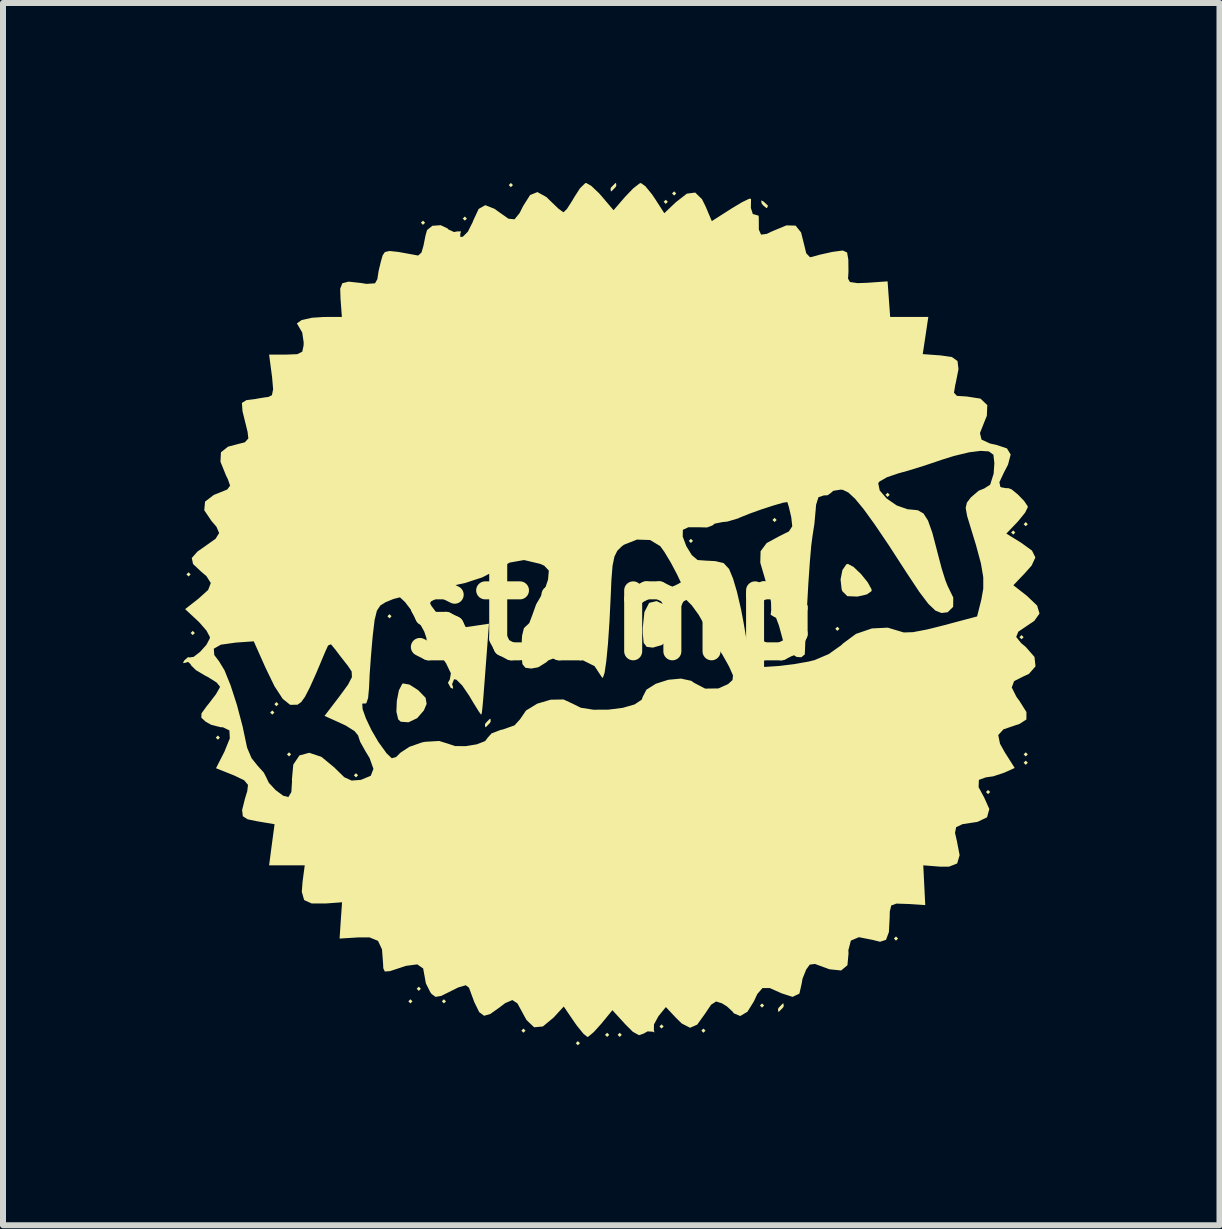
<source format=kicad_pcb>
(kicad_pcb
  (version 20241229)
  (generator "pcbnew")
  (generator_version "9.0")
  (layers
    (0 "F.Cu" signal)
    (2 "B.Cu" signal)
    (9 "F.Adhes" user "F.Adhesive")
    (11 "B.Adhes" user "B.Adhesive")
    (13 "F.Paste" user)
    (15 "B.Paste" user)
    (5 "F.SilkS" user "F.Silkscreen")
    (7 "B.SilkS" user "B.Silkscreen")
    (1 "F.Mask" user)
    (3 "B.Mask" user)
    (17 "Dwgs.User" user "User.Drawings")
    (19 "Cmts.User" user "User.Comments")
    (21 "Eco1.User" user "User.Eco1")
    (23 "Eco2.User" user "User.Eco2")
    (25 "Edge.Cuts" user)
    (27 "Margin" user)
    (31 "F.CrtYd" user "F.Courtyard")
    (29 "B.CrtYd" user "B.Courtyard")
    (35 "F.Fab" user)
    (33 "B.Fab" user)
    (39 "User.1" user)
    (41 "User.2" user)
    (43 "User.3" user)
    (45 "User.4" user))
  (footprint "stamp"
    (layer "F.Cu")
    (at 7.106 7.118)
    (property "Reference" "stamp" (at 0 0 0) (layer "F.SilkS") (effects (font (size 1.524 1.524) (thickness 0.3))))
    (attr board_only exclude_from_pos_files exclude_from_bom)
    (fp_poly (pts (xy -6.978 -0.593) (xy -7.013 -0.558) (xy -7.048 -0.593) (xy -7.013 -0.628)) (stroke (width 0) (type solid)) (fill yes) (layer "F.SilkS"))
    (fp_poly (pts (xy -6.908 0.384) (xy -6.943 0.419) (xy -6.978 0.384) (xy -6.943 0.349)) (stroke (width 0) (type solid)) (fill yes) (layer "F.SilkS"))
    (fp_poly (pts (xy -6.49 2.128) (xy -6.524 2.163) (xy -6.559 2.128) (xy -6.524 2.093)) (stroke (width 0) (type solid)) (fill yes) (layer "F.SilkS"))
    (fp_poly (pts (xy -5.582 1.71) (xy -5.617 1.745) (xy -5.652 1.71) (xy -5.617 1.675)) (stroke (width 0) (type solid)) (fill yes) (layer "F.SilkS"))
    (fp_poly (pts (xy -5.513 1.57) (xy -5.548 1.605) (xy -5.582 1.57) (xy -5.548 1.535)) (stroke (width 0) (type solid)) (fill yes) (layer "F.SilkS"))
    (fp_poly (pts (xy -5.303 2.407) (xy -5.338 2.442) (xy -5.373 2.407) (xy -5.338 2.373)) (stroke (width 0) (type solid)) (fill yes) (layer "F.SilkS"))
    (fp_poly (pts (xy -4.187 2.756) (xy -4.222 2.791) (xy -4.257 2.756) (xy -4.222 2.721)) (stroke (width 0) (type solid)) (fill yes) (layer "F.SilkS"))
    (fp_poly (pts (xy -3.629 0.105) (xy -3.663 0.14) (xy -3.698 0.105) (xy -3.663 0.07)) (stroke (width 0) (type solid)) (fill yes) (layer "F.SilkS"))
    (fp_poly (pts (xy -3.28 6.524) (xy -3.315 6.559) (xy -3.349 6.524) (xy -3.315 6.49)) (stroke (width 0) (type solid)) (fill yes) (layer "F.SilkS"))
    (fp_poly (pts (xy -3.14 6.315) (xy -3.175 6.35) (xy -3.21 6.315) (xy -3.175 6.28)) (stroke (width 0) (type solid)) (fill yes) (layer "F.SilkS"))
    (fp_poly (pts (xy -3.07 -6.455) (xy -3.105 -6.42) (xy -3.14 -6.455) (xy -3.105 -6.49)) (stroke (width 0) (type solid)) (fill yes) (layer "F.SilkS"))
    (fp_poly (pts (xy -2.721 6.524) (xy -2.756 6.559) (xy -2.791 6.524) (xy -2.756 6.49)) (stroke (width 0) (type solid)) (fill yes) (layer "F.SilkS"))
    (fp_poly (pts (xy -2.373 -6.524) (xy -2.407 -6.49) (xy -2.442 -6.524) (xy -2.407 -6.559)) (stroke (width 0) (type solid)) (fill yes) (layer "F.SilkS"))
    (fp_poly (pts (xy -1.605 -7.083) (xy -1.64 -7.048) (xy -1.675 -7.083) (xy -1.64 -7.118)) (stroke (width 0) (type solid)) (fill yes) (layer "F.SilkS"))
    (fp_poly (pts (xy -1.396 7.013) (xy -1.43 7.048) (xy -1.465 7.013) (xy -1.43 6.978)) (stroke (width 0) (type solid)) (fill yes) (layer "F.SilkS"))
    (fp_poly (pts (xy -0.488 7.222) (xy -0.523 7.257) (xy -0.558 7.222) (xy -0.523 7.187)) (stroke (width 0) (type solid)) (fill yes) (layer "F.SilkS"))
    (fp_poly (pts (xy 0 7.083) (xy -0.035 7.118) (xy -0.07 7.083) (xy -0.035 7.048)) (stroke (width 0) (type solid)) (fill yes) (layer "F.SilkS"))
    (fp_poly (pts (xy 0.209 7.083) (xy 0.174 7.118) (xy 0.14 7.083) (xy 0.174 7.048)) (stroke (width 0) (type solid)) (fill yes) (layer "F.SilkS"))
    (fp_poly (pts (xy 0.907 6.943) (xy 0.872 6.978) (xy 0.837 6.943) (xy 0.872 6.908)) (stroke (width 0) (type solid)) (fill yes) (layer "F.SilkS"))
    (fp_poly (pts (xy 0.977 -6.804) (xy 0.942 -6.769) (xy 0.907 -6.804) (xy 0.942 -6.838)) (stroke (width 0) (type solid)) (fill yes) (layer "F.SilkS"))
    (fp_poly (pts (xy 1.116 -6.943) (xy 1.082 -6.908) (xy 1.047 -6.943) (xy 1.082 -6.978)) (stroke (width 0) (type solid)) (fill yes) (layer "F.SilkS"))
    (fp_poly (pts (xy 1.396 -1.151) (xy 1.361 -1.116) (xy 1.326 -1.151) (xy 1.361 -1.186)) (stroke (width 0) (type solid)) (fill yes) (layer "F.SilkS"))
    (fp_poly (pts (xy 1.605 7.013) (xy 1.57 7.048) (xy 1.535 7.013) (xy 1.57 6.978)) (stroke (width 0) (type solid)) (fill yes) (layer "F.SilkS"))
    (fp_poly (pts (xy 2.582 6.594) (xy 2.547 6.629) (xy 2.512 6.594) (xy 2.547 6.559)) (stroke (width 0) (type solid)) (fill yes) (layer "F.SilkS"))
    (fp_poly (pts (xy 2.791 -1.5) (xy 2.756 -1.465) (xy 2.721 -1.5) (xy 2.756 -1.535)) (stroke (width 0) (type solid)) (fill yes) (layer "F.SilkS"))
    (fp_poly (pts (xy 3.838 0.314) (xy 3.803 0.349) (xy 3.768 0.314) (xy 3.803 0.279)) (stroke (width 0) (type solid)) (fill yes) (layer "F.SilkS"))
    (fp_poly (pts (xy 4.675 -1.919) (xy 4.64 -1.884) (xy 4.605 -1.919) (xy 4.64 -1.954)) (stroke (width 0) (type solid)) (fill yes) (layer "F.SilkS"))
    (fp_poly (pts (xy 4.815 5.478) (xy 4.78 5.513) (xy 4.745 5.478) (xy 4.78 5.443)) (stroke (width 0) (type solid)) (fill yes) (layer "F.SilkS"))
    (fp_poly (pts (xy 6.35 3.035) (xy 6.315 3.07) (xy 6.28 3.035) (xy 6.315 3.001)) (stroke (width 0) (type solid)) (fill yes) (layer "F.SilkS"))
    (fp_poly (pts (xy 6.769 -1.291) (xy 6.734 -1.256) (xy 6.699 -1.291) (xy 6.734 -1.326)) (stroke (width 0) (type solid)) (fill yes) (layer "F.SilkS"))
    (fp_poly (pts (xy 6.908 0.454) (xy 6.873 0.488) (xy 6.838 0.454) (xy 6.873 0.419)) (stroke (width 0) (type solid)) (fill yes) (layer "F.SilkS"))
    (fp_poly (pts (xy 6.978 -1.43) (xy 6.943 -1.396) (xy 6.908 -1.43) (xy 6.943 -1.465)) (stroke (width 0) (type solid)) (fill yes) (layer "F.SilkS"))
    (fp_poly (pts (xy 6.978 2.407) (xy 6.943 2.442) (xy 6.908 2.407) (xy 6.943 2.373)) (stroke (width 0) (type solid)) (fill yes) (layer "F.SilkS"))
    (fp_poly (pts (xy 6.978 2.547) (xy 6.943 2.582) (xy 6.908 2.547) (xy 6.943 2.512)) (stroke (width 0) (type solid)) (fill yes) (layer "F.SilkS"))
    (fp_poly (pts (xy 2.571 -6.81) (xy 2.646 -6.74) (xy 2.631 -6.7) (xy 2.621 -6.699) (xy 2.562 -6.748) (xy 2.54 -6.779) (xy 2.532 -6.827)) (stroke (width 0) (type solid)) (fill yes) (layer "F.SilkS"))
    (fp_poly (pts (xy -1.976 1.859) (xy -1.989 1.884) (xy -2.054 1.951) (xy -2.067 1.954) (xy -2.072 1.909) (xy -2.059 1.884) (xy -1.993 1.817) (xy -1.98 1.814)) (stroke (width 0) (type solid)) (fill yes) (layer "F.SilkS"))
    (fp_poly (pts (xy 0.118 -7.073) (xy 0.105 -7.048) (xy 0.039 -6.981) (xy 0.027 -6.978) (xy 0.022 -7.023) (xy 0.035 -7.048) (xy 0.101 -7.114) (xy 0.113 -7.118)) (stroke (width 0) (type solid)) (fill yes) (layer "F.SilkS"))
    (fp_poly (pts (xy 2.909 6.604) (xy 2.896 6.629) (xy 2.83 6.696) (xy 2.818 6.699) (xy 2.813 6.654) (xy 2.826 6.629) (xy 2.892 6.562) (xy 2.904 6.559)) (stroke (width 0) (type solid)) (fill yes) (layer "F.SilkS"))
    (fp_poly (pts (xy 0.897 -0.097) (xy 1.083 0.075) (xy 1.133 0.246) (xy 1.053 0.429) (xy 1.04 0.446) (xy 0.878 0.584) (xy 0.728 0.628) (xy 0.624 0.615) (xy 0.574 0.549) (xy 0.559 0.395) (xy 0.558 0.309) (xy 0.586 0.036) (xy 0.665 -0.118) (xy 0.79 -0.148)) (stroke (width 0) (type solid)) (fill yes) (layer "F.SilkS"))
    (fp_poly (pts (xy -3.331 1.244) (xy -3.188 1.335) (xy -3.176 1.346) (xy -3.061 1.465) (xy -3.044 1.566) (xy -3.09 1.675) (xy -3.202 1.804) (xy -3.347 1.873) (xy -3.476 1.863) (xy -3.518 1.824) (xy -3.548 1.696) (xy -3.541 1.516) (xy -3.507 1.341) (xy -3.452 1.234) (xy -3.438 1.225)) (stroke (width 0) (type solid)) (fill yes) (layer "F.SilkS"))
    (fp_poly (pts (xy 4.072 -0.718) (xy 4.195 -0.601) (xy 4.308 -0.462) (xy 4.372 -0.346) (xy 4.374 -0.315) (xy 4.295 -0.259) (xy 4.138 -0.223) (xy 4.135 -0.223) (xy 3.969 -0.23) (xy 3.886 -0.312) (xy 3.874 -0.345) (xy 3.856 -0.508) (xy 3.887 -0.665) (xy 3.952 -0.76) (xy 3.979 -0.768)) (stroke (width 0) (type solid)) (fill yes) (layer "F.SilkS"))
    (fp_poly (pts (xy -0.3 -7.07) (xy -0.17 -6.947) (xy -0.121 -6.891) (xy 0.072 -6.664) (xy 0.268 -6.891) (xy 0.402 -7.03) (xy 0.506 -7.11) (xy 0.528 -7.117) (xy 0.603 -7.063) (xy 0.713 -6.928) (xy 0.756 -6.865) (xy 0.918 -6.614) (xy 1.109 -6.796) (xy 1.294 -6.94) (xy 1.433 -6.958) (xy 1.546 -6.848) (xy 1.605 -6.73) (xy 1.71 -6.482) (xy 2.04 -6.693) (xy 2.217 -6.799) (xy 2.334 -6.855) (xy 2.364 -6.854) (xy 2.361 -6.702) (xy 2.393 -6.601) (xy 2.434 -6.589) (xy 2.489 -6.573) (xy 2.493 -6.541) (xy 2.494 -6.34) (xy 2.531 -6.257) (xy 2.625 -6.269) (xy 2.718 -6.313) (xy 2.953 -6.411) (xy 3.107 -6.407) (xy 3.198 -6.293) (xy 3.238 -6.134) (xy 3.284 -5.946) (xy 3.347 -5.88) (xy 3.381 -5.886) (xy 3.514 -5.923) (xy 3.706 -5.966) (xy 3.728 -5.97) (xy 3.893 -5.992) (xy 3.965 -5.959) (xy 3.985 -5.843) (xy 3.986 -5.817) (xy 3.988 -5.637) (xy 3.981 -5.524) (xy 4.012 -5.467) (xy 4.14 -5.448) (xy 4.304 -5.454) (xy 4.64 -5.478) (xy 4.683 -4.885) (xy 5.319 -4.885) (xy 5.273 -4.575) (xy 5.226 -4.265) (xy 5.526 -4.243) (xy 5.713 -4.216) (xy 5.806 -4.149) (xy 5.822 -4.013) (xy 5.775 -3.777) (xy 5.768 -3.751) (xy 5.747 -3.621) (xy 5.796 -3.569) (xy 5.949 -3.559) (xy 5.956 -3.559) (xy 6.189 -3.523) (xy 6.302 -3.415) (xy 6.295 -3.237) (xy 6.253 -3.134) (xy 6.18 -2.949) (xy 6.206 -2.84) (xy 6.347 -2.775) (xy 6.457 -2.751) (xy 6.63 -2.693) (xy 6.692 -2.591) (xy 6.648 -2.423) (xy 6.577 -2.286) (xy 6.504 -2.13) (xy 6.519 -2.054) (xy 6.54 -2.043) (xy 6.632 -2.028) (xy 6.645 -2.033) (xy 6.707 -2.011) (xy 6.812 -1.925) (xy 6.917 -1.816) (xy 6.976 -1.728) (xy 6.978 -1.715) (xy 6.934 -1.624) (xy 6.824 -1.488) (xy 6.799 -1.46) (xy 6.62 -1.273) (xy 6.869 -1.119) (xy 7.047 -0.99) (xy 7.104 -0.876) (xy 7.042 -0.741) (xy 6.927 -0.611) (xy 6.737 -0.412) (xy 6.962 -0.236) (xy 7.133 -0.073) (xy 7.173 0.06) (xy 7.085 0.183) (xy 6.978 0.255) (xy 6.819 0.363) (xy 6.784 0.45) (xy 6.868 0.554) (xy 6.943 0.616) (xy 7.089 0.783) (xy 7.106 0.94) (xy 6.995 1.067) (xy 6.908 1.106) (xy 6.749 1.187) (xy 6.71 1.292) (xy 6.788 1.448) (xy 6.838 1.516) (xy 6.955 1.702) (xy 6.954 1.826) (xy 6.834 1.903) (xy 6.787 1.917) (xy 6.572 1.99) (xy 6.485 2.085) (xy 6.514 2.23) (xy 6.592 2.37) (xy 6.759 2.634) (xy 6.586 2.712) (xy 6.403 2.773) (xy 6.277 2.791) (xy 6.162 2.833) (xy 6.157 2.954) (xy 6.25 3.126) (xy 6.336 3.318) (xy 6.298 3.457) (xy 6.138 3.533) (xy 6.106 3.538) (xy 5.888 3.571) (xy 5.783 3.621) (xy 5.764 3.715) (xy 5.795 3.85) (xy 5.841 4.088) (xy 5.8 4.226) (xy 5.662 4.28) (xy 5.513 4.279) (xy 5.235 4.257) (xy 5.268 4.92) (xy 4.972 4.901) (xy 4.786 4.895) (xy 4.701 4.927) (xy 4.677 5.027) (xy 4.675 5.122) (xy 4.662 5.369) (xy 4.614 5.499) (xy 4.514 5.531) (xy 4.39 5.5) (xy 4.162 5.455) (xy 4.028 5.512) (xy 3.986 5.673) (xy 3.989 5.725) (xy 3.971 5.922) (xy 3.866 6.01) (xy 3.672 5.99) (xy 3.587 5.959) (xy 3.428 5.901) (xy 3.343 5.912) (xy 3.282 5.996) (xy 3.282 5.997) (xy 3.222 6.147) (xy 3.209 6.223) (xy 3.17 6.396) (xy 3.056 6.45) (xy 2.874 6.391) (xy 2.676 6.303) (xy 2.555 6.303) (xy 2.468 6.403) (xy 2.412 6.524) (xy 2.304 6.698) (xy 2.184 6.769) (xy 2.076 6.724) (xy 2.059 6.699) (xy 1.966 6.612) (xy 1.879 6.557) (xy 1.781 6.527) (xy 1.698 6.581) (xy 1.597 6.731) (xy 1.466 6.913) (xy 1.347 6.965) (xy 1.208 6.893) (xy 1.112 6.799) (xy 0.944 6.62) (xy 0.821 6.771) (xy 0.746 6.908) (xy 0.744 7.003) (xy 0.754 7.046) (xy 0.733 7.031) (xy 0.639 7.025) (xy 0.578 7.06) (xy 0.496 7.089) (xy 0.393 7.032) (xy 0.267 6.906) (xy 0.053 6.672) (xy -0.13 6.895) (xy -0.256 7.035) (xy -0.347 7.112) (xy -0.364 7.118) (xy -0.43 7.065) (xy -0.537 6.933) (xy -0.586 6.864) (xy -0.758 6.611) (xy -0.928 6.795) (xy -1.106 6.943) (xy -1.252 6.957) (xy -1.379 6.836) (xy -1.435 6.734) (xy -1.53 6.559) (xy -1.615 6.503) (xy -1.734 6.554) (xy -1.833 6.629) (xy -1.982 6.735) (xy -2.086 6.765) (xy -2.168 6.704) (xy -2.25 6.536) (xy -2.338 6.297) (xy -2.392 6.256) (xy -2.518 6.293) (xy -2.632 6.35) (xy -2.801 6.434) (xy -2.895 6.45) (xy -2.96 6.403) (xy -2.983 6.372) (xy -3.057 6.224) (xy -3.071 6.145) (xy -3.102 5.976) (xy -3.201 5.908) (xy -3.388 5.933) (xy -3.476 5.962) (xy -3.656 6.021) (xy -3.741 6.027) (xy -3.767 5.972) (xy -3.769 5.911) (xy -3.788 5.658) (xy -3.855 5.516) (xy -3.994 5.459) (xy -4.175 5.458) (xy -4.495 5.478) (xy -4.475 5.175) (xy -4.454 4.873) (xy -4.724 4.893) (xy -4.96 4.893) (xy -5.086 4.836) (xy -5.125 4.699) (xy -5.113 4.536) (xy -5.076 4.257) (xy -5.67 4.257) (xy -5.625 3.914) (xy -5.579 3.572) (xy -5.867 3.523) (xy -6.028 3.49) (xy -6.108 3.439) (xy -6.12 3.335) (xy -6.073 3.148) (xy -6.034 3.02) (xy -6.022 2.916) (xy -6.086 2.839) (xy -6.255 2.758) (xy -6.271 2.752) (xy -6.555 2.638) (xy -6.415 2.363) (xy -6.325 2.141) (xy -6.332 2.008) (xy -6.439 1.956) (xy -6.48 1.954) (xy -6.636 1.914) (xy -6.727 1.863) (xy -6.8 1.796) (xy -6.797 1.724) (xy -6.711 1.605) (xy -6.671 1.556) (xy -6.556 1.405) (xy -6.493 1.294) (xy -6.49 1.276) (xy -6.547 1.208) (xy -6.688 1.119) (xy -6.734 1.096) (xy -6.89 1.003) (xy -6.974 0.92) (xy -6.978 0.904) (xy -7.022 0.865) (xy -7.059 0.879) (xy -7.106 0.887) (xy -7.086 0.844) (xy -7.021 0.786) (xy -7 0.792) (xy -6.928 0.782) (xy -6.819 0.697) (xy -6.773 0.646) (xy -6.592 0.646) (xy -6.584 0.751) (xy -6.503 0.858) (xy -6.414 1.005) (xy -6.312 1.257) (xy -6.207 1.581) (xy -6.111 1.945) (xy -6.037 2.295) (xy -5.963 2.47) (xy -5.864 2.594) (xy -5.76 2.709) (xy -5.722 2.781) (xy -5.674 2.882) (xy -5.562 3.002) (xy -5.437 3.096) (xy -5.349 3.119) (xy -5.299 3.035) (xy -5.288 2.858) (xy -5.29 2.83) (xy -5.267 2.577) (xy -5.164 2.425) (xy -5.001 2.381) (xy -4.797 2.449) (xy -4.573 2.634) (xy -4.566 2.643) (xy -4.417 2.788) (xy -4.295 2.844) (xy -4.147 2.833) (xy -4.131 2.829) (xy -3.975 2.764) (xy -3.931 2.649) (xy -3.995 2.469) (xy -4.067 2.35) (xy -4.152 2.198) (xy -4.187 2.092) (xy -4.245 2.02) (xy -4.391 1.928) (xy -4.467 1.892) (xy -4.746 1.766) (xy -4.589 1.561) (xy -4.118 1.561) (xy -4.111 1.654) (xy -4.055 1.811) (xy -3.964 2.002) (xy -3.848 2.201) (xy -3.72 2.378) (xy -3.71 2.391) (xy -3.625 2.472) (xy -3.553 2.452) (xy -3.481 2.38) (xy -3.332 2.282) (xy -3.122 2.208) (xy -3.071 2.198) (xy -2.835 2.184) (xy -2.692 2.228) (xy -2.571 2.269) (xy -2.393 2.27) (xy -2.208 2.24) (xy -2.069 2.186) (xy -2.024 2.127) (xy -1.962 2.058) (xy -1.811 2) (xy -1.772 1.992) (xy -1.579 1.924) (xy -1.488 1.824) (xy -1.387 1.676) (xy -1.2 1.562) (xy -0.976 1.496) (xy -0.762 1.492) (xy -0.613 1.561) (xy -0.474 1.63) (xy -0.263 1.663) (xy -0.017 1.662) (xy 0.224 1.632) (xy 0.423 1.575) (xy 0.541 1.496) (xy 0.558 1.449) (xy 0.62 1.329) (xy 0.777 1.23) (xy 0.984 1.164) (xy 1.195 1.144) (xy 1.367 1.181) (xy 1.415 1.215) (xy 1.599 1.311) (xy 1.821 1.308) (xy 1.981 1.236) (xy 2.055 1.168) (xy 2.063 1.091) (xy 2.003 0.955) (xy 1.976 0.904) (xy 1.884 0.741) (xy 1.816 0.638) (xy 1.806 0.628) (xy 1.752 0.55) (xy 1.662 0.39) (xy 1.604 0.279) (xy 1.489 0.078) (xy 1.377 -0.076) (xy 1.333 -0.12) (xy 1.265 -0.188) (xy 1.274 -0.207) (xy 1.274 -0.263) (xy 1.22 -0.402) (xy 1.132 -0.59) (xy 1.026 -0.79) (xy 0.921 -0.965) (xy 0.85 -1.064) (xy 0.681 -1.166) (xy 0.462 -1.173) (xy 0.245 -1.087) (xy 0.208 -1.059) (xy 0.134 -0.986) (xy 0.086 -0.888) (xy 0.055 -0.735) (xy 0.036 -0.496) (xy 0.025 -0.239) (xy 0.004 0.193) (xy -0.021 0.563) (xy -0.049 0.854) (xy -0.078 1.05) (xy -0.107 1.134) (xy -0.125 1.118) (xy -0.245 0.936) (xy -0.46 0.829) (xy -0.652 0.794) (xy -0.883 0.789) (xy -1.019 0.843) (xy -1.044 0.869) (xy -1.182 0.955) (xy -1.299 0.977) (xy -1.398 0.964) (xy -1.447 0.903) (xy -1.464 0.757) (xy -1.465 0.628) (xy -1.453 0.429) (xy -1.422 0.303) (xy -1.397 0.279) (xy -1.333 0.219) (xy -1.283 0.087) (xy -1.218 -0.095) (xy -1.151 -0.209) (xy -1.07 -0.356) (xy -1.02 -0.507) (xy -1.007 -0.656) (xy -1.085 -0.739) (xy -1.154 -0.769) (xy -1.42 -0.832) (xy -1.659 -0.79) (xy -1.887 -0.661) (xy -2.119 -0.542) (xy -2.412 -0.447) (xy -2.548 -0.418) (xy -2.831 -0.363) (xy -2.987 -0.299) (xy -3.028 -0.208) (xy -2.968 -0.073) (xy -2.873 0.055) (xy -2.737 0.216) (xy -2.628 0.289) (xy -2.49 0.299) (xy -2.331 0.278) (xy -2.005 0.229) (xy -2.053 0.864) (xy -2.081 1.229) (xy -2.1 1.477) (xy -2.114 1.63) (xy -2.123 1.71) (xy -2.132 1.741) (xy -2.137 1.745) (xy -2.176 1.69) (xy -2.263 1.55) (xy -2.335 1.429) (xy -2.45 1.26) (xy -2.547 1.163) (xy -2.587 1.155) (xy -2.62 1.24) (xy -2.607 1.272) (xy -2.603 1.314) (xy -2.644 1.296) (xy -2.689 1.214) (xy -2.657 1.158) (xy -2.64 1.056) (xy -2.72 0.889) (xy -2.77 0.816) (xy -2.889 0.661) (xy -2.979 0.569) (xy -3 0.558) (xy -3.044 0.503) (xy -3.047 0.47) (xy -3.083 0.362) (xy -3.173 0.198) (xy -3.288 0.021) (xy -3.401 -0.128) (xy -3.483 -0.206) (xy -3.495 -0.209) (xy -3.596 -0.183) (xy -3.725 -0.131) (xy -3.815 -0.075) (xy -3.873 0.012) (xy -3.911 0.165) (xy -3.941 0.418) (xy -3.947 0.477) (xy -3.973 0.783) (xy -3.994 1.078) (xy -4.004 1.297) (xy -4.004 1.298) (xy -4.02 1.469) (xy -4.05 1.556) (xy -4.065 1.559) (xy -4.118 1.561) (xy -4.589 1.561) (xy -4.499 1.443) (xy -4.355 1.246) (xy -4.289 1.119) (xy -4.294 1.025) (xy -4.361 0.925) (xy -4.376 0.907) (xy -4.488 0.764) (xy -4.563 0.664) (xy -4.639 0.572) (xy -4.687 0.593) (xy -4.735 0.698) (xy -4.883 1.05) (xy -4.992 1.293) (xy -5.072 1.448) (xy -5.135 1.536) (xy -5.193 1.577) (xy -5.2 1.58) (xy -5.32 1.581) (xy -5.443 1.482) (xy -5.58 1.272) (xy -5.729 0.965) (xy -5.926 0.523) (xy -6.225 0.544) (xy -6.474 0.579) (xy -6.592 0.646) (xy -6.773 0.646) (xy -6.715 0.581) (xy -6.659 0.475) (xy -6.657 0.451) (xy -6.714 0.344) (xy -6.838 0.202) (xy -6.871 0.171) (xy -7.07 -0.014) (xy -6.85 -0.186) (xy -6.686 -0.334) (xy -6.642 -0.449) (xy -6.714 -0.563) (xy -6.804 -0.64) (xy -6.938 -0.766) (xy -6.959 -0.866) (xy -6.864 -0.974) (xy -6.735 -1.064) (xy -6.562 -1.187) (xy -6.54 -1.223) (xy 1.225 -1.223) (xy 1.285 -1.063) (xy 1.377 -0.914) (xy 1.471 -0.834) (xy 1.485 -0.831) (xy 1.615 -0.822) (xy 1.768 -0.814) (xy 1.906 -0.782) (xy 1.998 -0.683) (xy 2.064 -0.523) (xy 2.13 -0.3) (xy 2.197 -0.011) (xy 2.239 0.209) (xy 2.282 0.46) (xy 2.319 0.663) (xy 2.339 0.768) (xy 2.363 0.892) (xy 2.367 0.921) (xy 2.434 0.946) (xy 2.6 0.949) (xy 2.829 0.934) (xy 3.083 0.903) (xy 3.325 0.86) (xy 3.423 0.836) (xy 3.658 0.736) (xy 3.866 0.589) (xy 3.899 0.557) (xy 4.113 0.399) (xy 4.379 0.308) (xy 4.643 0.295) (xy 4.803 0.343) (xy 4.91 0.375) (xy 5.065 0.37) (xy 5.3 0.325) (xy 5.541 0.265) (xy 6.132 0.108) (xy 6.203 -0.173) (xy 6.235 -0.355) (xy 6.235 -0.545) (xy 6.196 -0.776) (xy 6.114 -1.081) (xy 6.034 -1.342) (xy 5.966 -1.566) (xy 5.942 -1.701) (xy 5.962 -1.789) (xy 6.026 -1.873) (xy 6.035 -1.882) (xy 6.159 -1.988) (xy 6.249 -2.024) (xy 6.35 -2.088) (xy 6.408 -2.271) (xy 6.42 -2.448) (xy 6.404 -2.588) (xy 6.328 -2.643) (xy 6.191 -2.652) (xy 6 -2.628) (xy 5.744 -2.567) (xy 5.545 -2.504) (xy 5.261 -2.408) (xy 4.976 -2.32) (xy 4.82 -2.277) (xy 4.629 -2.212) (xy 4.505 -2.141) (xy 4.484 -2.113) (xy 4.509 -1.992) (xy 4.625 -1.857) (xy 4.793 -1.742) (xy 4.971 -1.679) (xy 5.019 -1.675) (xy 5.145 -1.662) (xy 5.238 -1.609) (xy 5.313 -1.492) (xy 5.386 -1.287) (xy 5.469 -0.97) (xy 5.476 -0.942) (xy 5.542 -0.691) (xy 5.604 -0.493) (xy 5.647 -0.386) (xy 5.649 -0.384) (xy 5.735 -0.207) (xy 5.733 -0.052) (xy 5.642 0.038) (xy 5.642 0.038) (xy 5.539 0.051) (xy 5.438 0.011) (xy 5.321 -0.1) (xy 5.17 -0.299) (xy 4.97 -0.601) (xy 4.956 -0.622) (xy 4.66 -1.079) (xy 4.424 -1.428) (xy 4.24 -1.682) (xy 4.098 -1.854) (xy 3.987 -1.957) (xy 3.897 -2.001) (xy 3.859 -2.006) (xy 3.734 -1.986) (xy 3.698 -1.953) (xy 3.641 -1.912) (xy 3.576 -1.909) (xy 3.488 -1.88) (xy 3.448 -1.753) (xy 3.442 -1.676) (xy 3.42 -1.436) (xy 3.387 -1.222) (xy 3.367 -1.068) (xy 3.344 -0.798) (xy 3.319 -0.438) (xy 3.295 -0.011) (xy 3.272 0.459) (xy 3.26 0.741) (xy 3.202 0.789) (xy 3.123 0.783) (xy 2.997 0.701) (xy 2.899 0.518) (xy 2.829 0.259) (xy 2.781 0.132) (xy 2.726 0.102) (xy 2.691 0.079) (xy 2.7 0.005) (xy 2.697 -0.133) (xy 2.651 -0.345) (xy 2.599 -0.51) (xy 2.518 -0.788) (xy 2.523 -0.979) (xy 2.624 -1.115) (xy 2.83 -1.227) (xy 2.838 -1.231) (xy 2.995 -1.309) (xy 3.051 -1.395) (xy 3.035 -1.541) (xy 3.032 -1.556) (xy 2.995 -1.714) (xy 2.97 -1.796) (xy 2.968 -1.798) (xy 2.899 -1.788) (xy 2.743 -1.743) (xy 2.542 -1.678) (xy 2.341 -1.606) (xy 2.181 -1.542) (xy 2.147 -1.526) (xy 1.969 -1.473) (xy 1.889 -1.465) (xy 1.759 -1.439) (xy 1.717 -1.407) (xy 1.63 -1.375) (xy 1.477 -1.379) (xy 1.317 -1.378) (xy 1.227 -1.335) (xy 1.225 -1.223) (xy -6.54 -1.223) (xy -6.503 -1.282) (xy -6.547 -1.386) (xy -6.629 -1.481) (xy -6.751 -1.662) (xy -6.738 -1.806) (xy -6.591 -1.918) (xy -6.525 -1.944) (xy -6.368 -2.008) (xy -6.32 -2.072) (xy -6.359 -2.183) (xy -6.385 -2.234) (xy -6.481 -2.471) (xy -6.473 -2.628) (xy -6.355 -2.722) (xy -6.238 -2.753) (xy -6.074 -2.795) (xy -6.016 -2.859) (xy -6.029 -2.97) (xy -6.081 -3.181) (xy -6.114 -3.315) (xy -6.123 -3.451) (xy -6.05 -3.497) (xy -6.044 -3.498) (xy -5.901 -3.516) (xy -5.862 -3.524) (xy -5.732 -3.545) (xy -5.685 -3.55) (xy -5.623 -3.58) (xy -5.603 -3.679) (xy -5.62 -3.877) (xy -5.624 -3.908) (xy -5.67 -4.257) (xy -5.382 -4.257) (xy -5.199 -4.264) (xy -5.117 -4.306) (xy -5.095 -4.41) (xy -5.094 -4.462) (xy -5.118 -4.625) (xy -5.171 -4.715) (xy -5.207 -4.777) (xy -5.127 -4.833) (xy -4.956 -4.871) (xy -4.758 -4.884) (xy -4.457 -4.885) (xy -4.479 -5.181) (xy -4.485 -5.355) (xy -4.45 -5.446) (xy -4.346 -5.473) (xy -4.143 -5.451) (xy -4.047 -5.436) (xy -3.905 -5.445) (xy -3.866 -5.513) (xy -3.844 -5.655) (xy -3.805 -5.815) (xy -3.777 -5.912) (xy -3.739 -5.967) (xy -3.661 -5.984) (xy -3.513 -5.968) (xy -3.265 -5.923) (xy -3.185 -5.908) (xy -3.13 -5.958) (xy -3.097 -6.071) (xy -3.063 -6.241) (xy -3.037 -6.333) (xy -2.949 -6.404) (xy -2.81 -6.414) (xy -2.695 -6.36) (xy -2.684 -6.345) (xy -2.588 -6.3) (xy -2.536 -6.31) (xy -2.47 -6.311) (xy -2.483 -6.27) (xy -2.482 -6.217) (xy -2.439 -6.223) (xy -2.357 -6.305) (xy -2.277 -6.464) (xy -2.268 -6.49) (xy -2.177 -6.685) (xy -2.066 -6.748) (xy -1.912 -6.687) (xy -1.84 -6.635) (xy -1.68 -6.522) (xy -1.579 -6.512) (xy -1.495 -6.615) (xy -1.435 -6.734) (xy -1.319 -6.917) (xy -1.197 -6.966) (xy -1.047 -6.883) (xy -0.967 -6.805) (xy -0.845 -6.688) (xy -0.766 -6.631) (xy -0.761 -6.63) (xy -0.705 -6.685) (xy -0.617 -6.822) (xy -0.588 -6.873) (xy -0.488 -7.029) (xy -0.402 -7.113) (xy -0.385 -7.118)) (stroke (width 0) (type solid)) (fill yes) (layer "F.SilkS")))
  (gr_rect
    (start -3 -3)
    (end 17.279 17.375)
    (stroke (width 0.1) (type default))
    (fill no)
    (layer "Edge.Cuts")))
</source>
